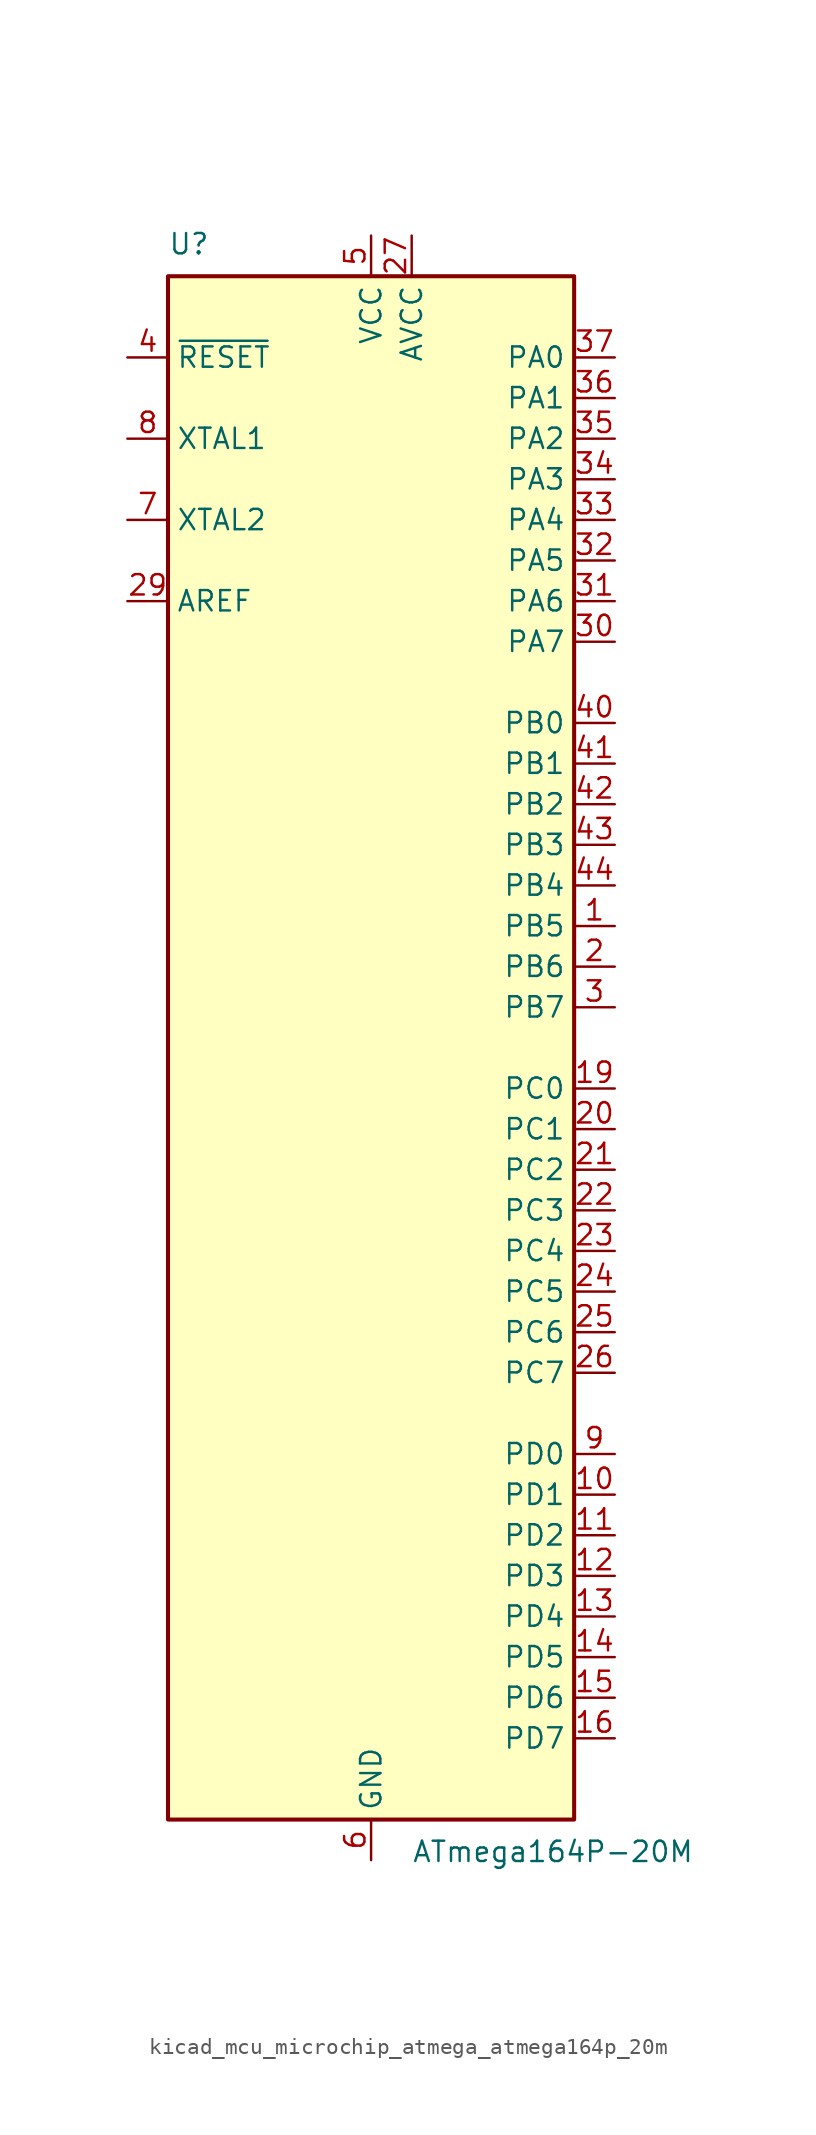
<source format=kicad_sym>
(kicad_symbol_lib
  (version 20220914)
  (generator kicad_symbol_editor)
  (symbol "kicad_mcu_microchip_atmega_atmega164p_20m"
    (property "Reference" "U"
      (at -12.7 49.53 0)
      (effects (font (size 1.27 1.27)) (justify left bottom)))
    (property "Value" "ATmega164P-20M"
      (at 2.54 -49.53 0)
      (effects (font (size 1.27 1.27)) (justify left top)))
    (symbol "kicad_mcu_microchip_atmega_atmega164p_20m_0_1"
      (rectangle (start -12.7 -48.26) (end 12.7 48.26) (stroke (width 0.254) (type default)) (fill (type background))))
    (symbol "kicad_mcu_microchip_atmega_atmega164p_20m_1_1"
      (pin bidirectional line (at 15.24 7.62 180) (length 2.54) (name "PB5" (effects (font (size 1.27 1.27)))) (number "1" (effects (font (size 1.27 1.27)))))
      (pin bidirectional line (at 15.24 -27.94 180) (length 2.54) (name "PD1" (effects (font (size 1.27 1.27)))) (number "10" (effects (font (size 1.27 1.27)))))
      (pin bidirectional line (at 15.24 -30.48 180) (length 2.54) (name "PD2" (effects (font (size 1.27 1.27)))) (number "11" (effects (font (size 1.27 1.27)))))
      (pin bidirectional line (at 15.24 -33.02 180) (length 2.54) (name "PD3" (effects (font (size 1.27 1.27)))) (number "12" (effects (font (size 1.27 1.27)))))
      (pin bidirectional line (at 15.24 -35.56 180) (length 2.54) (name "PD4" (effects (font (size 1.27 1.27)))) (number "13" (effects (font (size 1.27 1.27)))))
      (pin bidirectional line (at 15.24 -38.1 180) (length 2.54) (name "PD5" (effects (font (size 1.27 1.27)))) (number "14" (effects (font (size 1.27 1.27)))))
      (pin bidirectional line (at 15.24 -40.64 180) (length 2.54) (name "PD6" (effects (font (size 1.27 1.27)))) (number "15" (effects (font (size 1.27 1.27)))))
      (pin bidirectional line (at 15.24 -43.18 180) (length 2.54) (name "PD7" (effects (font (size 1.27 1.27)))) (number "16" (effects (font (size 1.27 1.27)))))
      (pin passive line (at 0 50.8 270) (length 2.54) hide (name "VCC" (effects (font (size 1.27 1.27)))) (number "17" (effects (font (size 1.27 1.27)))))
      (pin passive line (at 0 -50.8 90) (length 2.54) hide (name "GND" (effects (font (size 1.27 1.27)))) (number "18" (effects (font (size 1.27 1.27)))))
      (pin bidirectional line (at 15.24 -2.54 180) (length 2.54) (name "PC0" (effects (font (size 1.27 1.27)))) (number "19" (effects (font (size 1.27 1.27)))))
      (pin bidirectional line (at 15.24 5.08 180) (length 2.54) (name "PB6" (effects (font (size 1.27 1.27)))) (number "2" (effects (font (size 1.27 1.27)))))
      (pin bidirectional line (at 15.24 -5.08 180) (length 2.54) (name "PC1" (effects (font (size 1.27 1.27)))) (number "20" (effects (font (size 1.27 1.27)))))
      (pin bidirectional line (at 15.24 -7.62 180) (length 2.54) (name "PC2" (effects (font (size 1.27 1.27)))) (number "21" (effects (font (size 1.27 1.27)))))
      (pin bidirectional line (at 15.24 -10.16 180) (length 2.54) (name "PC3" (effects (font (size 1.27 1.27)))) (number "22" (effects (font (size 1.27 1.27)))))
      (pin bidirectional line (at 15.24 -12.7 180) (length 2.54) (name "PC4" (effects (font (size 1.27 1.27)))) (number "23" (effects (font (size 1.27 1.27)))))
      (pin bidirectional line (at 15.24 -15.24 180) (length 2.54) (name "PC5" (effects (font (size 1.27 1.27)))) (number "24" (effects (font (size 1.27 1.27)))))
      (pin bidirectional line (at 15.24 -17.78 180) (length 2.54) (name "PC6" (effects (font (size 1.27 1.27)))) (number "25" (effects (font (size 1.27 1.27)))))
      (pin bidirectional line (at 15.24 -20.32 180) (length 2.54) (name "PC7" (effects (font (size 1.27 1.27)))) (number "26" (effects (font (size 1.27 1.27)))))
      (pin power_in line (at 2.54 50.8 270) (length 2.54) (name "AVCC" (effects (font (size 1.27 1.27)))) (number "27" (effects (font (size 1.27 1.27)))))
      (pin passive line (at 0 -50.8 90) (length 2.54) hide (name "GND" (effects (font (size 1.27 1.27)))) (number "28" (effects (font (size 1.27 1.27)))))
      (pin passive line (at -15.24 27.94 0) (length 2.54) (name "AREF" (effects (font (size 1.27 1.27)))) (number "29" (effects (font (size 1.27 1.27)))))
      (pin bidirectional line (at 15.24 2.54 180) (length 2.54) (name "PB7" (effects (font (size 1.27 1.27)))) (number "3" (effects (font (size 1.27 1.27)))))
      (pin bidirectional line (at 15.24 25.4 180) (length 2.54) (name "PA7" (effects (font (size 1.27 1.27)))) (number "30" (effects (font (size 1.27 1.27)))))
      (pin bidirectional line (at 15.24 27.94 180) (length 2.54) (name "PA6" (effects (font (size 1.27 1.27)))) (number "31" (effects (font (size 1.27 1.27)))))
      (pin bidirectional line (at 15.24 30.48 180) (length 2.54) (name "PA5" (effects (font (size 1.27 1.27)))) (number "32" (effects (font (size 1.27 1.27)))))
      (pin bidirectional line (at 15.24 33.02 180) (length 2.54) (name "PA4" (effects (font (size 1.27 1.27)))) (number "33" (effects (font (size 1.27 1.27)))))
      (pin bidirectional line (at 15.24 35.56 180) (length 2.54) (name "PA3" (effects (font (size 1.27 1.27)))) (number "34" (effects (font (size 1.27 1.27)))))
      (pin bidirectional line (at 15.24 38.1 180) (length 2.54) (name "PA2" (effects (font (size 1.27 1.27)))) (number "35" (effects (font (size 1.27 1.27)))))
      (pin bidirectional line (at 15.24 40.64 180) (length 2.54) (name "PA1" (effects (font (size 1.27 1.27)))) (number "36" (effects (font (size 1.27 1.27)))))
      (pin bidirectional line (at 15.24 43.18 180) (length 2.54) (name "PA0" (effects (font (size 1.27 1.27)))) (number "37" (effects (font (size 1.27 1.27)))))
      (pin passive line (at 0 50.8 270) (length 2.54) hide (name "VCC" (effects (font (size 1.27 1.27)))) (number "38" (effects (font (size 1.27 1.27)))))
      (pin passive line (at 0 -50.8 90) (length 2.54) hide (name "GND" (effects (font (size 1.27 1.27)))) (number "39" (effects (font (size 1.27 1.27)))))
      (pin input line (at -15.24 43.18 0) (length 2.54) (name "~{RESET}" (effects (font (size 1.27 1.27)))) (number "4" (effects (font (size 1.27 1.27)))))
      (pin bidirectional line (at 15.24 20.32 180) (length 2.54) (name "PB0" (effects (font (size 1.27 1.27)))) (number "40" (effects (font (size 1.27 1.27)))))
      (pin bidirectional line (at 15.24 17.78 180) (length 2.54) (name "PB1" (effects (font (size 1.27 1.27)))) (number "41" (effects (font (size 1.27 1.27)))))
      (pin bidirectional line (at 15.24 15.24 180) (length 2.54) (name "PB2" (effects (font (size 1.27 1.27)))) (number "42" (effects (font (size 1.27 1.27)))))
      (pin bidirectional line (at 15.24 12.7 180) (length 2.54) (name "PB3" (effects (font (size 1.27 1.27)))) (number "43" (effects (font (size 1.27 1.27)))))
      (pin bidirectional line (at 15.24 10.16 180) (length 2.54) (name "PB4" (effects (font (size 1.27 1.27)))) (number "44" (effects (font (size 1.27 1.27)))))
      (pin passive line (at 0 -50.8 90) (length 2.54) hide (name "GND" (effects (font (size 1.27 1.27)))) (number "45" (effects (font (size 1.27 1.27)))))
      (pin power_in line (at 0 50.8 270) (length 2.54) (name "VCC" (effects (font (size 1.27 1.27)))) (number "5" (effects (font (size 1.27 1.27)))))
      (pin power_in line (at 0 -50.8 90) (length 2.54) (name "GND" (effects (font (size 1.27 1.27)))) (number "6" (effects (font (size 1.27 1.27)))))
      (pin output line (at -15.24 33.02 0) (length 2.54) (name "XTAL2" (effects (font (size 1.27 1.27)))) (number "7" (effects (font (size 1.27 1.27)))))
      (pin input line (at -15.24 38.1 0) (length 2.54) (name "XTAL1" (effects (font (size 1.27 1.27)))) (number "8" (effects (font (size 1.27 1.27)))))
      (pin bidirectional line (at 15.24 -25.4 180) (length 2.54) (name "PD0" (effects (font (size 1.27 1.27)))) (number "9" (effects (font (size 1.27 1.27))))))))
</source>
